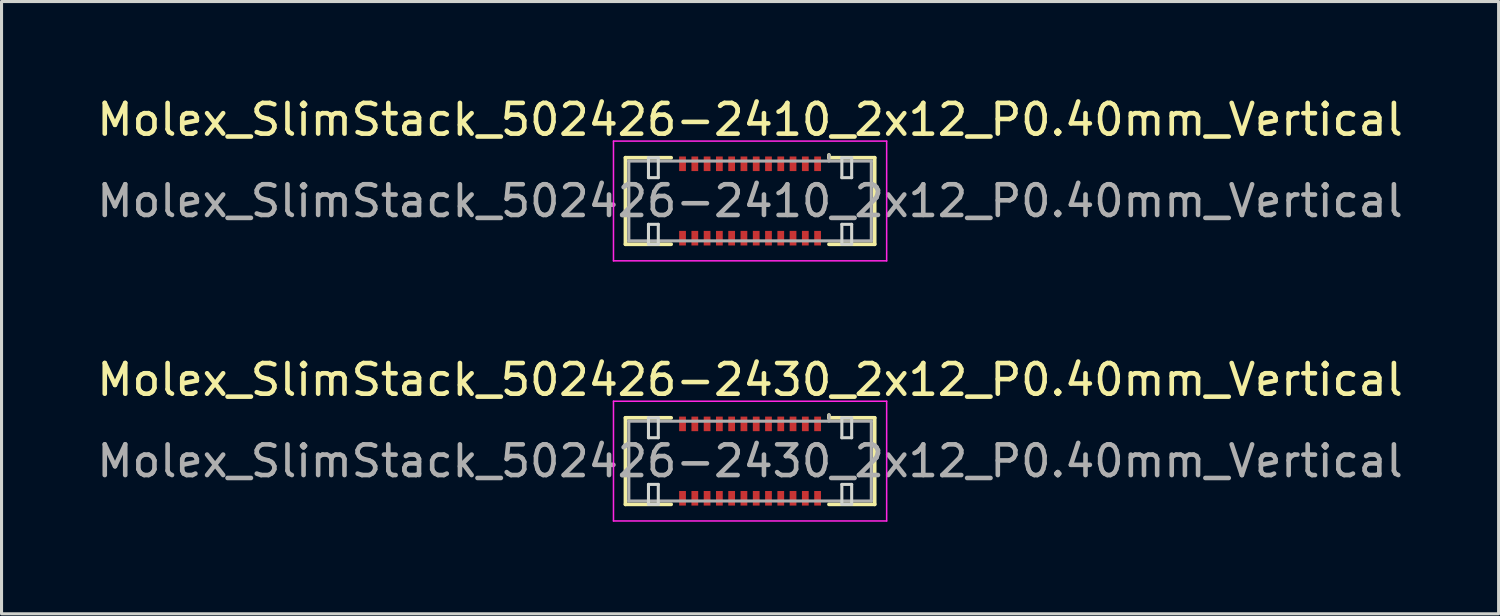
<source format=kicad_pcb>
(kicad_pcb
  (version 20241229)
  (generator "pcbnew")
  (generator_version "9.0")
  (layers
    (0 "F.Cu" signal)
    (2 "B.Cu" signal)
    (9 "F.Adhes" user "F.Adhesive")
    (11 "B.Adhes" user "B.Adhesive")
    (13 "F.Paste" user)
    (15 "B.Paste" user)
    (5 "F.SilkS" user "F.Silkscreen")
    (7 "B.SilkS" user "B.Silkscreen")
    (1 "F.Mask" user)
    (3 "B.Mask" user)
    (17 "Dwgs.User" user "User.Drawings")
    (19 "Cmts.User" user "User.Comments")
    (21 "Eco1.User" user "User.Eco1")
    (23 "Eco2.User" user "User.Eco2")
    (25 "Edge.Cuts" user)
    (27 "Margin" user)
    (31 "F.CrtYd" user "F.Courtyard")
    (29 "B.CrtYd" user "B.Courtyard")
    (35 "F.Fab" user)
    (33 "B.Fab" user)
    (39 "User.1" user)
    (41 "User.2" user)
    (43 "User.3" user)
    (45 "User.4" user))
  (footprint "Molex_SlimStack_502426-2430_2x12_P0.40mm_Vertical"
    (layer "F.Cu")
    (at 21.387 11.972)
    (property "Reference" "Molex_SlimStack_502426-2430_2x12_P0.40mm_Vertical" (at 0 -2.65 0) (layer "F.SilkS") (effects (font (size 1 1) (thickness 0.15))))
    (attr smd)
    (fp_line (start -4.06 -1.41) (end -2.57 -1.41) (stroke (width 0.12) (type solid)) (layer "F.SilkS"))
    (fp_line (start -4.06 1.41) (end -4.06 -1.41) (stroke (width 0.12) (type solid)) (layer "F.SilkS"))
    (fp_line (start -2.57 1.41) (end -4.06 1.41) (stroke (width 0.12) (type solid)) (layer "F.SilkS"))
    (fp_line (start 2.57 -1.41) (end 2.57 -1.5) (stroke (width 0.12) (type solid)) (layer "F.SilkS"))
    (fp_line (start 2.57 1.41) (end 4.06 1.41) (stroke (width 0.12) (type solid)) (layer "F.SilkS"))
    (fp_line (start 4.06 -1.41) (end 2.57 -1.41) (stroke (width 0.12) (type solid)) (layer "F.SilkS"))
    (fp_line (start 4.06 1.41) (end 4.06 -1.41) (stroke (width 0.12) (type solid)) (layer "F.SilkS"))
    (fp_line (start -3.31 -1.41) (end -3.31 -0.76) (stroke (width 0.1) (type solid)) (layer "Edge.Cuts"))
    (fp_line (start -3.31 -0.76) (end -2.99 -0.76) (stroke (width 0.1) (type solid)) (layer "Edge.Cuts"))
    (fp_line (start -3.31 0.76) (end -3.31 1.41) (stroke (width 0.1) (type solid)) (layer "Edge.Cuts"))
    (fp_line (start -3.31 1.41) (end -2.99 1.41) (stroke (width 0.1) (type solid)) (layer "Edge.Cuts"))
    (fp_line (start -2.99 -1.41) (end -3.31 -1.41) (stroke (width 0.1) (type solid)) (layer "Edge.Cuts"))
    (fp_line (start -2.99 -0.76) (end -2.99 -1.41) (stroke (width 0.1) (type solid)) (layer "Edge.Cuts"))
    (fp_line (start -2.99 0.76) (end -3.31 0.76) (stroke (width 0.1) (type solid)) (layer "Edge.Cuts"))
    (fp_line (start -2.99 1.41) (end -2.99 0.76) (stroke (width 0.1) (type solid)) (layer "Edge.Cuts"))
    (fp_line (start 2.99 -1.41) (end 2.99 -0.76) (stroke (width 0.1) (type solid)) (layer "Edge.Cuts"))
    (fp_line (start 2.99 -0.76) (end 3.31 -0.76) (stroke (width 0.1) (type solid)) (layer "Edge.Cuts"))
    (fp_line (start 2.99 0.76) (end 2.99 1.41) (stroke (width 0.1) (type solid)) (layer "Edge.Cuts"))
    (fp_line (start 2.99 1.41) (end 3.31 1.41) (stroke (width 0.1) (type solid)) (layer "Edge.Cuts"))
    (fp_line (start 3.31 -1.41) (end 2.99 -1.41) (stroke (width 0.1) (type solid)) (layer "Edge.Cuts"))
    (fp_line (start 3.31 -0.76) (end 3.31 -1.41) (stroke (width 0.1) (type solid)) (layer "Edge.Cuts"))
    (fp_line (start 3.31 0.76) (end 2.99 0.76) (stroke (width 0.1) (type solid)) (layer "Edge.Cuts"))
    (fp_line (start 3.31 1.41) (end 3.31 0.76) (stroke (width 0.1) (type solid)) (layer "Edge.Cuts"))
    (fp_line (start -4.45 -1.95) (end -4.45 1.95) (stroke (width 0.05) (type solid)) (layer "F.CrtYd"))
    (fp_line (start -4.45 1.95) (end 4.45 1.95) (stroke (width 0.05) (type solid)) (layer "F.CrtYd"))
    (fp_line (start 4.45 -1.95) (end -4.45 -1.95) (stroke (width 0.05) (type solid)) (layer "F.CrtYd"))
    (fp_line (start 4.45 1.95) (end 4.45 -1.95) (stroke (width 0.05) (type solid)) (layer "F.CrtYd"))
    (fp_line (start -3.95 -1.3) (end -3.95 1.3) (stroke (width 0.1) (type solid)) (layer "F.Fab"))
    (fp_line (start -3.95 1.3) (end 3.95 1.3) (stroke (width 0.1) (type solid)) (layer "F.Fab"))
    (fp_line (start 2.57 -1.3) (end 2.57 -1.5) (stroke (width 0.1) (type solid)) (layer "F.Fab"))
    (fp_line (start 3.95 -1.3) (end -3.95 -1.3) (stroke (width 0.1) (type solid)) (layer "F.Fab"))
    (fp_line (start 3.95 1.3) (end 3.95 -1.3) (stroke (width 0.1) (type solid)) (layer "F.Fab"))
    (fp_text user "${REFERENCE}" (at 0 0 0) (layer "F.Fab") (effects (font (size 1 1) (thickness 0.15))))
    (pad "1" smd rect (at 2.2 -1.212) (size 0.22 0.475) (layers "F.Cu" "F.Mask" "F.Paste"))
    (pad "2" smd rect (at 2.2 1.212) (size 0.22 0.475) (layers "F.Cu" "F.Mask" "F.Paste"))
    (pad "3" smd rect (at 1.8 -1.212) (size 0.22 0.475) (layers "F.Cu" "F.Mask" "F.Paste"))
    (pad "4" smd rect (at 1.8 1.212) (size 0.22 0.475) (layers "F.Cu" "F.Mask" "F.Paste"))
    (pad "5" smd rect (at 1.4 -1.212) (size 0.22 0.475) (layers "F.Cu" "F.Mask" "F.Paste"))
    (pad "6" smd rect (at 1.4 1.212) (size 0.22 0.475) (layers "F.Cu" "F.Mask" "F.Paste"))
    (pad "7" smd rect (at 1 -1.212) (size 0.22 0.475) (layers "F.Cu" "F.Mask" "F.Paste"))
    (pad "8" smd rect (at 1 1.212) (size 0.22 0.475) (layers "F.Cu" "F.Mask" "F.Paste"))
    (pad "9" smd rect (at 0.6 -1.212) (size 0.22 0.475) (layers "F.Cu" "F.Mask" "F.Paste"))
    (pad "10" smd rect (at 0.6 1.212) (size 0.22 0.475) (layers "F.Cu" "F.Mask" "F.Paste"))
    (pad "11" smd rect (at 0.2 -1.212) (size 0.22 0.475) (layers "F.Cu" "F.Mask" "F.Paste"))
    (pad "12" smd rect (at 0.2 1.212) (size 0.22 0.475) (layers "F.Cu" "F.Mask" "F.Paste"))
    (pad "13" smd rect (at -0.2 -1.212) (size 0.22 0.475) (layers "F.Cu" "F.Mask" "F.Paste"))
    (pad "14" smd rect (at -0.2 1.212) (size 0.22 0.475) (layers "F.Cu" "F.Mask" "F.Paste"))
    (pad "15" smd rect (at -0.6 -1.212) (size 0.22 0.475) (layers "F.Cu" "F.Mask" "F.Paste"))
    (pad "16" smd rect (at -0.6 1.212) (size 0.22 0.475) (layers "F.Cu" "F.Mask" "F.Paste"))
    (pad "17" smd rect (at -1 -1.212) (size 0.22 0.475) (layers "F.Cu" "F.Mask" "F.Paste"))
    (pad "18" smd rect (at -1 1.212) (size 0.22 0.475) (layers "F.Cu" "F.Mask" "F.Paste"))
    (pad "19" smd rect (at -1.4 -1.212) (size 0.22 0.475) (layers "F.Cu" "F.Mask" "F.Paste"))
    (pad "20" smd rect (at -1.4 1.212) (size 0.22 0.475) (layers "F.Cu" "F.Mask" "F.Paste"))
    (pad "21" smd rect (at -1.8 -1.212) (size 0.22 0.475) (layers "F.Cu" "F.Mask" "F.Paste"))
    (pad "22" smd rect (at -1.8 1.212) (size 0.22 0.475) (layers "F.Cu" "F.Mask" "F.Paste"))
    (pad "23" smd rect (at -2.2 -1.212) (size 0.22 0.475) (layers "F.Cu" "F.Mask" "F.Paste"))
    (pad "24" smd rect (at -2.2 1.212) (size 0.22 0.475) (layers "F.Cu" "F.Mask" "F.Paste")))
  (footprint "Molex_SlimStack_502426-2410_2x12_P0.40mm_Vertical"
    (layer "F.Cu")
    (at 21.387 3.498)
    (property "Reference" "Molex_SlimStack_502426-2410_2x12_P0.40mm_Vertical" (at 0 -2.65 0) (layer "F.SilkS") (effects (font (size 1 1) (thickness 0.15))))
    (attr smd)
    (fp_line (start -4.06 -1.41) (end -2.57 -1.41) (stroke (width 0.12) (type solid)) (layer "F.SilkS"))
    (fp_line (start -4.06 1.41) (end -4.06 -1.41) (stroke (width 0.12) (type solid)) (layer "F.SilkS"))
    (fp_line (start -2.57 1.41) (end -4.06 1.41) (stroke (width 0.12) (type solid)) (layer "F.SilkS"))
    (fp_line (start 2.57 -1.41) (end 2.57 -1.5) (stroke (width 0.12) (type solid)) (layer "F.SilkS"))
    (fp_line (start 2.57 1.41) (end 4.06 1.41) (stroke (width 0.12) (type solid)) (layer "F.SilkS"))
    (fp_line (start 4.06 -1.41) (end 2.57 -1.41) (stroke (width 0.12) (type solid)) (layer "F.SilkS"))
    (fp_line (start 4.06 1.41) (end 4.06 -1.41) (stroke (width 0.12) (type solid)) (layer "F.SilkS"))
    (fp_line (start -3.31 -1.41) (end -3.31 -0.76) (stroke (width 0.1) (type solid)) (layer "Edge.Cuts"))
    (fp_line (start -3.31 -0.76) (end -2.99 -0.76) (stroke (width 0.1) (type solid)) (layer "Edge.Cuts"))
    (fp_line (start -3.31 0.76) (end -3.31 1.41) (stroke (width 0.1) (type solid)) (layer "Edge.Cuts"))
    (fp_line (start -3.31 1.41) (end -2.99 1.41) (stroke (width 0.1) (type solid)) (layer "Edge.Cuts"))
    (fp_line (start -2.99 -1.41) (end -3.31 -1.41) (stroke (width 0.1) (type solid)) (layer "Edge.Cuts"))
    (fp_line (start -2.99 -0.76) (end -2.99 -1.41) (stroke (width 0.1) (type solid)) (layer "Edge.Cuts"))
    (fp_line (start -2.99 0.76) (end -3.31 0.76) (stroke (width 0.1) (type solid)) (layer "Edge.Cuts"))
    (fp_line (start -2.99 1.41) (end -2.99 0.76) (stroke (width 0.1) (type solid)) (layer "Edge.Cuts"))
    (fp_line (start 2.99 -1.41) (end 2.99 -0.76) (stroke (width 0.1) (type solid)) (layer "Edge.Cuts"))
    (fp_line (start 2.99 -0.76) (end 3.31 -0.76) (stroke (width 0.1) (type solid)) (layer "Edge.Cuts"))
    (fp_line (start 2.99 0.76) (end 2.99 1.41) (stroke (width 0.1) (type solid)) (layer "Edge.Cuts"))
    (fp_line (start 2.99 1.41) (end 3.31 1.41) (stroke (width 0.1) (type solid)) (layer "Edge.Cuts"))
    (fp_line (start 3.31 -1.41) (end 2.99 -1.41) (stroke (width 0.1) (type solid)) (layer "Edge.Cuts"))
    (fp_line (start 3.31 -0.76) (end 3.31 -1.41) (stroke (width 0.1) (type solid)) (layer "Edge.Cuts"))
    (fp_line (start 3.31 0.76) (end 2.99 0.76) (stroke (width 0.1) (type solid)) (layer "Edge.Cuts"))
    (fp_line (start 3.31 1.41) (end 3.31 0.76) (stroke (width 0.1) (type solid)) (layer "Edge.Cuts"))
    (fp_line (start -4.45 -1.95) (end -4.45 1.95) (stroke (width 0.05) (type solid)) (layer "F.CrtYd"))
    (fp_line (start -4.45 1.95) (end 4.45 1.95) (stroke (width 0.05) (type solid)) (layer "F.CrtYd"))
    (fp_line (start 4.45 -1.95) (end -4.45 -1.95) (stroke (width 0.05) (type solid)) (layer "F.CrtYd"))
    (fp_line (start 4.45 1.95) (end 4.45 -1.95) (stroke (width 0.05) (type solid)) (layer "F.CrtYd"))
    (fp_line (start -3.95 -1.3) (end -3.95 1.3) (stroke (width 0.1) (type solid)) (layer "F.Fab"))
    (fp_line (start -3.95 1.3) (end 3.95 1.3) (stroke (width 0.1) (type solid)) (layer "F.Fab"))
    (fp_line (start 2.57 -1.3) (end 2.57 -1.5) (stroke (width 0.1) (type solid)) (layer "F.Fab"))
    (fp_line (start 3.95 -1.3) (end -3.95 -1.3) (stroke (width 0.1) (type solid)) (layer "F.Fab"))
    (fp_line (start 3.95 1.3) (end 3.95 -1.3) (stroke (width 0.1) (type solid)) (layer "F.Fab"))
    (fp_text user "${REFERENCE}" (at 0 0 0) (layer "F.Fab") (effects (font (size 1 1) (thickness 0.15))))
    (pad "1" smd rect (at 2.2 -1.212) (size 0.22 0.475) (layers "F.Cu" "F.Mask" "F.Paste"))
    (pad "2" smd rect (at 2.2 1.212) (size 0.22 0.475) (layers "F.Cu" "F.Mask" "F.Paste"))
    (pad "3" smd rect (at 1.8 -1.212) (size 0.22 0.475) (layers "F.Cu" "F.Mask" "F.Paste"))
    (pad "4" smd rect (at 1.8 1.212) (size 0.22 0.475) (layers "F.Cu" "F.Mask" "F.Paste"))
    (pad "5" smd rect (at 1.4 -1.212) (size 0.22 0.475) (layers "F.Cu" "F.Mask" "F.Paste"))
    (pad "6" smd rect (at 1.4 1.212) (size 0.22 0.475) (layers "F.Cu" "F.Mask" "F.Paste"))
    (pad "7" smd rect (at 1 -1.212) (size 0.22 0.475) (layers "F.Cu" "F.Mask" "F.Paste"))
    (pad "8" smd rect (at 1 1.212) (size 0.22 0.475) (layers "F.Cu" "F.Mask" "F.Paste"))
    (pad "9" smd rect (at 0.6 -1.212) (size 0.22 0.475) (layers "F.Cu" "F.Mask" "F.Paste"))
    (pad "10" smd rect (at 0.6 1.212) (size 0.22 0.475) (layers "F.Cu" "F.Mask" "F.Paste"))
    (pad "11" smd rect (at 0.2 -1.212) (size 0.22 0.475) (layers "F.Cu" "F.Mask" "F.Paste"))
    (pad "12" smd rect (at 0.2 1.212) (size 0.22 0.475) (layers "F.Cu" "F.Mask" "F.Paste"))
    (pad "13" smd rect (at -0.2 -1.212) (size 0.22 0.475) (layers "F.Cu" "F.Mask" "F.Paste"))
    (pad "14" smd rect (at -0.2 1.212) (size 0.22 0.475) (layers "F.Cu" "F.Mask" "F.Paste"))
    (pad "15" smd rect (at -0.6 -1.212) (size 0.22 0.475) (layers "F.Cu" "F.Mask" "F.Paste"))
    (pad "16" smd rect (at -0.6 1.212) (size 0.22 0.475) (layers "F.Cu" "F.Mask" "F.Paste"))
    (pad "17" smd rect (at -1 -1.212) (size 0.22 0.475) (layers "F.Cu" "F.Mask" "F.Paste"))
    (pad "18" smd rect (at -1 1.212) (size 0.22 0.475) (layers "F.Cu" "F.Mask" "F.Paste"))
    (pad "19" smd rect (at -1.4 -1.212) (size 0.22 0.475) (layers "F.Cu" "F.Mask" "F.Paste"))
    (pad "20" smd rect (at -1.4 1.212) (size 0.22 0.475) (layers "F.Cu" "F.Mask" "F.Paste"))
    (pad "21" smd rect (at -1.8 -1.212) (size 0.22 0.475) (layers "F.Cu" "F.Mask" "F.Paste"))
    (pad "22" smd rect (at -1.8 1.212) (size 0.22 0.475) (layers "F.Cu" "F.Mask" "F.Paste"))
    (pad "23" smd rect (at -2.2 -1.212) (size 0.22 0.475) (layers "F.Cu" "F.Mask" "F.Paste"))
    (pad "24" smd rect (at -2.2 1.212) (size 0.22 0.475) (layers "F.Cu" "F.Mask" "F.Paste")))
  (gr_rect
    (start -3 -3)
    (end 45.774 16.947)
    (stroke (width 0.1) (type default))
    (fill no)
    (layer "Edge.Cuts")))
</source>
